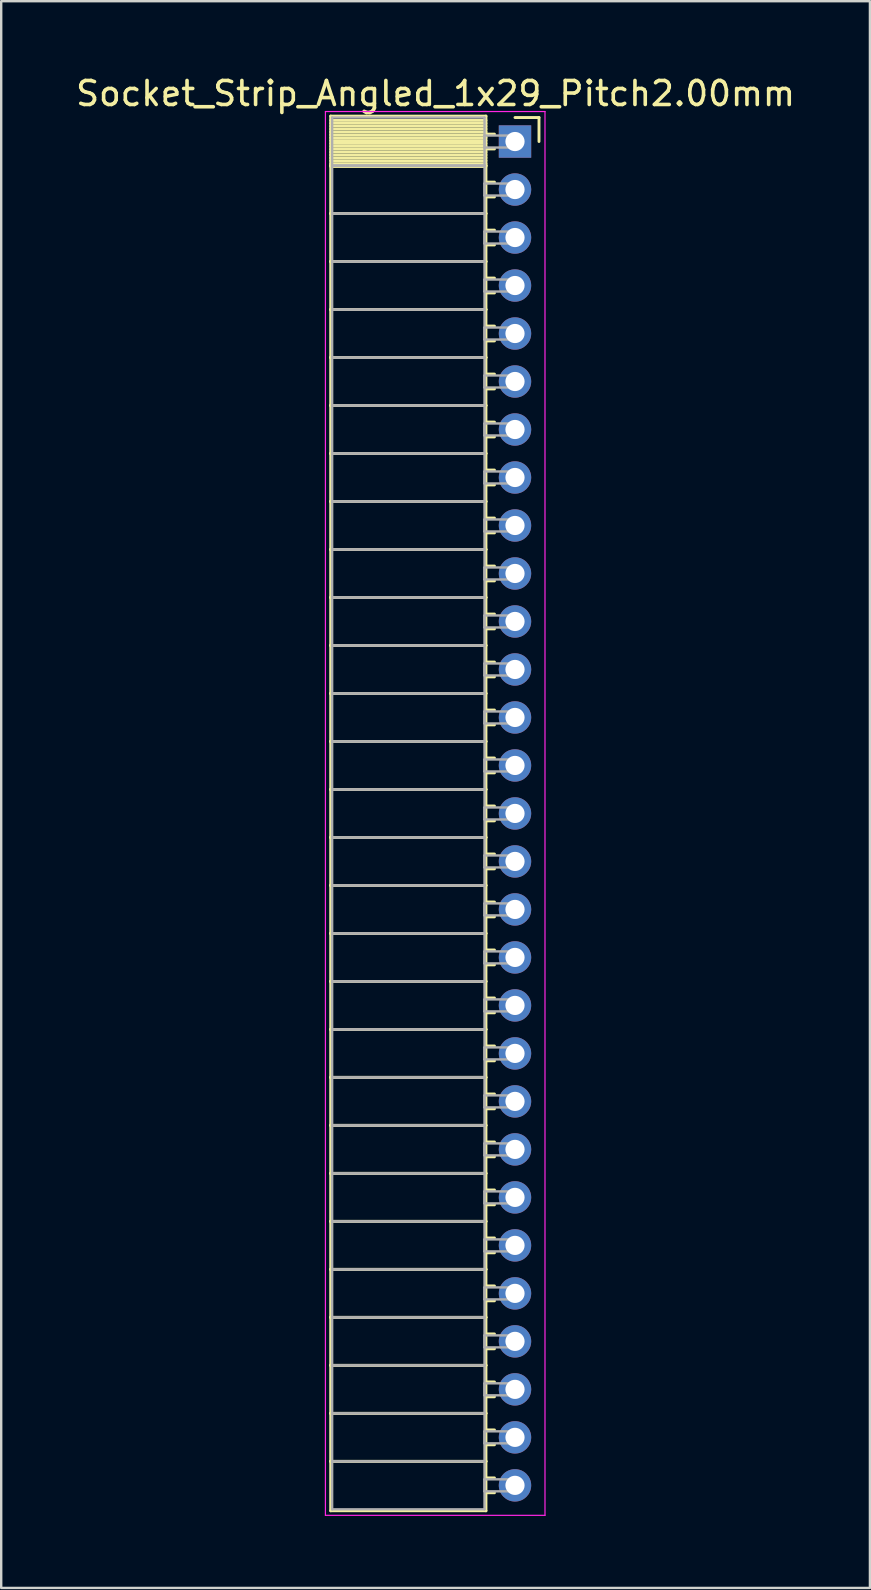
<source format=kicad_pcb>
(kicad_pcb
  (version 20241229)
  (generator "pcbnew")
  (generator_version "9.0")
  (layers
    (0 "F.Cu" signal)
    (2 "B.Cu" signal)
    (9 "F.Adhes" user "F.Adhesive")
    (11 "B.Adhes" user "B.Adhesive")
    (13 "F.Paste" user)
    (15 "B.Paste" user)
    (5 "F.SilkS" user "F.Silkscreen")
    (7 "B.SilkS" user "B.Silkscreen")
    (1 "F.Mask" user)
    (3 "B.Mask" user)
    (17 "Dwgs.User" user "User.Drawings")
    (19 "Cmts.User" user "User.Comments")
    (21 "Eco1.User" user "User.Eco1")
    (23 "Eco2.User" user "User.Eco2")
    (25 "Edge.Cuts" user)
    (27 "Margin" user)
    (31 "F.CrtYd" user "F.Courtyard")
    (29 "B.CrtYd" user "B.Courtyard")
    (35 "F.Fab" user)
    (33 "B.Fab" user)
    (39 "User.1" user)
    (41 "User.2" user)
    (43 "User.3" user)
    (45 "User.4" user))
  (footprint "Socket_Strip_Angled_1x29_Pitch2.00mm"
    (layer "F.Cu")
    (at 18.411 2.848)
    (property "Reference" "Socket_Strip_Angled_1x29_Pitch2.00mm" (at -3.31 -2 0) (layer "F.SilkS") (effects (font (size 1 1) (thickness 0.15))))
    (attr through_hole)
    (fp_line (start -7.68 -1.06) (end -1.21 -1.06) (stroke (width 0.12) (type solid)) (layer "F.SilkS"))
    (fp_line (start -7.68 1) (end -7.68 -1.06) (stroke (width 0.12) (type solid)) (layer "F.SilkS"))
    (fp_line (start -7.68 1) (end -1.21 1) (stroke (width 0.12) (type solid)) (layer "F.SilkS"))
    (fp_line (start -7.68 3) (end -7.68 1) (stroke (width 0.12) (type solid)) (layer "F.SilkS"))
    (fp_line (start -7.68 3) (end -1.21 3) (stroke (width 0.12) (type solid)) (layer "F.SilkS"))
    (fp_line (start -7.68 5) (end -7.68 3) (stroke (width 0.12) (type solid)) (layer "F.SilkS"))
    (fp_line (start -7.68 5) (end -1.21 5) (stroke (width 0.12) (type solid)) (layer "F.SilkS"))
    (fp_line (start -7.68 7) (end -7.68 5) (stroke (width 0.12) (type solid)) (layer "F.SilkS"))
    (fp_line (start -7.68 7) (end -1.21 7) (stroke (width 0.12) (type solid)) (layer "F.SilkS"))
    (fp_line (start -7.68 9) (end -7.68 7) (stroke (width 0.12) (type solid)) (layer "F.SilkS"))
    (fp_line (start -7.68 9) (end -1.21 9) (stroke (width 0.12) (type solid)) (layer "F.SilkS"))
    (fp_line (start -7.68 11) (end -7.68 9) (stroke (width 0.12) (type solid)) (layer "F.SilkS"))
    (fp_line (start -7.68 11) (end -1.21 11) (stroke (width 0.12) (type solid)) (layer "F.SilkS"))
    (fp_line (start -7.68 13) (end -7.68 11) (stroke (width 0.12) (type solid)) (layer "F.SilkS"))
    (fp_line (start -7.68 13) (end -1.21 13) (stroke (width 0.12) (type solid)) (layer "F.SilkS"))
    (fp_line (start -7.68 15) (end -7.68 13) (stroke (width 0.12) (type solid)) (layer "F.SilkS"))
    (fp_line (start -7.68 15) (end -1.21 15) (stroke (width 0.12) (type solid)) (layer "F.SilkS"))
    (fp_line (start -7.68 17) (end -7.68 15) (stroke (width 0.12) (type solid)) (layer "F.SilkS"))
    (fp_line (start -7.68 17) (end -1.21 17) (stroke (width 0.12) (type solid)) (layer "F.SilkS"))
    (fp_line (start -7.68 19) (end -7.68 17) (stroke (width 0.12) (type solid)) (layer "F.SilkS"))
    (fp_line (start -7.68 19) (end -1.21 19) (stroke (width 0.12) (type solid)) (layer "F.SilkS"))
    (fp_line (start -7.68 21) (end -7.68 19) (stroke (width 0.12) (type solid)) (layer "F.SilkS"))
    (fp_line (start -7.68 21) (end -1.21 21) (stroke (width 0.12) (type solid)) (layer "F.SilkS"))
    (fp_line (start -7.68 23) (end -7.68 21) (stroke (width 0.12) (type solid)) (layer "F.SilkS"))
    (fp_line (start -7.68 23) (end -1.21 23) (stroke (width 0.12) (type solid)) (layer "F.SilkS"))
    (fp_line (start -7.68 25) (end -7.68 23) (stroke (width 0.12) (type solid)) (layer "F.SilkS"))
    (fp_line (start -7.68 25) (end -1.21 25) (stroke (width 0.12) (type solid)) (layer "F.SilkS"))
    (fp_line (start -7.68 27) (end -7.68 25) (stroke (width 0.12) (type solid)) (layer "F.SilkS"))
    (fp_line (start -7.68 27) (end -1.21 27) (stroke (width 0.12) (type solid)) (layer "F.SilkS"))
    (fp_line (start -7.68 29) (end -7.68 27) (stroke (width 0.12) (type solid)) (layer "F.SilkS"))
    (fp_line (start -7.68 29) (end -1.21 29) (stroke (width 0.12) (type solid)) (layer "F.SilkS"))
    (fp_line (start -7.68 31) (end -7.68 29) (stroke (width 0.12) (type solid)) (layer "F.SilkS"))
    (fp_line (start -7.68 31) (end -1.21 31) (stroke (width 0.12) (type solid)) (layer "F.SilkS"))
    (fp_line (start -7.68 33) (end -7.68 31) (stroke (width 0.12) (type solid)) (layer "F.SilkS"))
    (fp_line (start -7.68 33) (end -1.21 33) (stroke (width 0.12) (type solid)) (layer "F.SilkS"))
    (fp_line (start -7.68 35) (end -7.68 33) (stroke (width 0.12) (type solid)) (layer "F.SilkS"))
    (fp_line (start -7.68 35) (end -1.21 35) (stroke (width 0.12) (type solid)) (layer "F.SilkS"))
    (fp_line (start -7.68 37) (end -7.68 35) (stroke (width 0.12) (type solid)) (layer "F.SilkS"))
    (fp_line (start -7.68 37) (end -1.21 37) (stroke (width 0.12) (type solid)) (layer "F.SilkS"))
    (fp_line (start -7.68 39) (end -7.68 37) (stroke (width 0.12) (type solid)) (layer "F.SilkS"))
    (fp_line (start -7.68 39) (end -1.21 39) (stroke (width 0.12) (type solid)) (layer "F.SilkS"))
    (fp_line (start -7.68 41) (end -7.68 39) (stroke (width 0.12) (type solid)) (layer "F.SilkS"))
    (fp_line (start -7.68 41) (end -1.21 41) (stroke (width 0.12) (type solid)) (layer "F.SilkS"))
    (fp_line (start -7.68 43) (end -7.68 41) (stroke (width 0.12) (type solid)) (layer "F.SilkS"))
    (fp_line (start -7.68 43) (end -1.21 43) (stroke (width 0.12) (type solid)) (layer "F.SilkS"))
    (fp_line (start -7.68 45) (end -7.68 43) (stroke (width 0.12) (type solid)) (layer "F.SilkS"))
    (fp_line (start -7.68 45) (end -1.21 45) (stroke (width 0.12) (type solid)) (layer "F.SilkS"))
    (fp_line (start -7.68 47) (end -7.68 45) (stroke (width 0.12) (type solid)) (layer "F.SilkS"))
    (fp_line (start -7.68 47) (end -1.21 47) (stroke (width 0.12) (type solid)) (layer "F.SilkS"))
    (fp_line (start -7.68 49) (end -7.68 47) (stroke (width 0.12) (type solid)) (layer "F.SilkS"))
    (fp_line (start -7.68 49) (end -1.21 49) (stroke (width 0.12) (type solid)) (layer "F.SilkS"))
    (fp_line (start -7.68 51) (end -7.68 49) (stroke (width 0.12) (type solid)) (layer "F.SilkS"))
    (fp_line (start -7.68 51) (end -1.21 51) (stroke (width 0.12) (type solid)) (layer "F.SilkS"))
    (fp_line (start -7.68 53) (end -7.68 51) (stroke (width 0.12) (type solid)) (layer "F.SilkS"))
    (fp_line (start -7.68 53) (end -1.21 53) (stroke (width 0.12) (type solid)) (layer "F.SilkS"))
    (fp_line (start -7.68 55) (end -7.68 53) (stroke (width 0.12) (type solid)) (layer "F.SilkS"))
    (fp_line (start -7.68 55) (end -1.21 55) (stroke (width 0.12) (type solid)) (layer "F.SilkS"))
    (fp_line (start -7.68 57.06) (end -7.68 55) (stroke (width 0.12) (type solid)) (layer "F.SilkS"))
    (fp_line (start -1.21 -1.06) (end -1.21 1) (stroke (width 0.12) (type solid)) (layer "F.SilkS"))
    (fp_line (start -1.21 -0.88) (end -7.68 -0.88) (stroke (width 0.12) (type solid)) (layer "F.SilkS"))
    (fp_line (start -1.21 -0.76) (end -7.68 -0.76) (stroke (width 0.12) (type solid)) (layer "F.SilkS"))
    (fp_line (start -1.21 -0.64) (end -7.68 -0.64) (stroke (width 0.12) (type solid)) (layer "F.SilkS"))
    (fp_line (start -1.21 -0.52) (end -7.68 -0.52) (stroke (width 0.12) (type solid)) (layer "F.SilkS"))
    (fp_line (start -1.21 -0.4) (end -7.68 -0.4) (stroke (width 0.12) (type solid)) (layer "F.SilkS"))
    (fp_line (start -1.21 -0.28) (end -7.68 -0.28) (stroke (width 0.12) (type solid)) (layer "F.SilkS"))
    (fp_line (start -1.21 -0.16) (end -7.68 -0.16) (stroke (width 0.12) (type solid)) (layer "F.SilkS"))
    (fp_line (start -1.21 -0.04) (end -7.68 -0.04) (stroke (width 0.12) (type solid)) (layer "F.SilkS"))
    (fp_line (start -1.21 0.08) (end -7.68 0.08) (stroke (width 0.12) (type solid)) (layer "F.SilkS"))
    (fp_line (start -1.21 0.2) (end -7.68 0.2) (stroke (width 0.12) (type solid)) (layer "F.SilkS"))
    (fp_line (start -1.21 0.32) (end -7.68 0.32) (stroke (width 0.12) (type solid)) (layer "F.SilkS"))
    (fp_line (start -1.21 0.44) (end -7.68 0.44) (stroke (width 0.12) (type solid)) (layer "F.SilkS"))
    (fp_line (start -1.21 0.56) (end -7.68 0.56) (stroke (width 0.12) (type solid)) (layer "F.SilkS"))
    (fp_line (start -1.21 0.68) (end -7.68 0.68) (stroke (width 0.12) (type solid)) (layer "F.SilkS"))
    (fp_line (start -1.21 0.8) (end -7.68 0.8) (stroke (width 0.12) (type solid)) (layer "F.SilkS"))
    (fp_line (start -1.21 0.92) (end -7.68 0.92) (stroke (width 0.12) (type solid)) (layer "F.SilkS"))
    (fp_line (start -1.21 1) (end -7.68 1) (stroke (width 0.12) (type solid)) (layer "F.SilkS"))
    (fp_line (start -1.21 1) (end -1.21 3) (stroke (width 0.12) (type solid)) (layer "F.SilkS"))
    (fp_line (start -1.21 1.04) (end -7.68 1.04) (stroke (width 0.12) (type solid)) (layer "F.SilkS"))
    (fp_line (start -1.21 3) (end -7.68 3) (stroke (width 0.12) (type solid)) (layer "F.SilkS"))
    (fp_line (start -1.21 3) (end -1.21 5) (stroke (width 0.12) (type solid)) (layer "F.SilkS"))
    (fp_line (start -1.21 5) (end -7.68 5) (stroke (width 0.12) (type solid)) (layer "F.SilkS"))
    (fp_line (start -1.21 5) (end -1.21 7) (stroke (width 0.12) (type solid)) (layer "F.SilkS"))
    (fp_line (start -1.21 7) (end -7.68 7) (stroke (width 0.12) (type solid)) (layer "F.SilkS"))
    (fp_line (start -1.21 7) (end -1.21 9) (stroke (width 0.12) (type solid)) (layer "F.SilkS"))
    (fp_line (start -1.21 9) (end -7.68 9) (stroke (width 0.12) (type solid)) (layer "F.SilkS"))
    (fp_line (start -1.21 9) (end -1.21 11) (stroke (width 0.12) (type solid)) (layer "F.SilkS"))
    (fp_line (start -1.21 11) (end -7.68 11) (stroke (width 0.12) (type solid)) (layer "F.SilkS"))
    (fp_line (start -1.21 11) (end -1.21 13) (stroke (width 0.12) (type solid)) (layer "F.SilkS"))
    (fp_line (start -1.21 13) (end -7.68 13) (stroke (width 0.12) (type solid)) (layer "F.SilkS"))
    (fp_line (start -1.21 13) (end -1.21 15) (stroke (width 0.12) (type solid)) (layer "F.SilkS"))
    (fp_line (start -1.21 15) (end -7.68 15) (stroke (width 0.12) (type solid)) (layer "F.SilkS"))
    (fp_line (start -1.21 15) (end -1.21 17) (stroke (width 0.12) (type solid)) (layer "F.SilkS"))
    (fp_line (start -1.21 17) (end -7.68 17) (stroke (width 0.12) (type solid)) (layer "F.SilkS"))
    (fp_line (start -1.21 17) (end -1.21 19) (stroke (width 0.12) (type solid)) (layer "F.SilkS"))
    (fp_line (start -1.21 19) (end -7.68 19) (stroke (width 0.12) (type solid)) (layer "F.SilkS"))
    (fp_line (start -1.21 19) (end -1.21 21) (stroke (width 0.12) (type solid)) (layer "F.SilkS"))
    (fp_line (start -1.21 21) (end -7.68 21) (stroke (width 0.12) (type solid)) (layer "F.SilkS"))
    (fp_line (start -1.21 21) (end -1.21 23) (stroke (width 0.12) (type solid)) (layer "F.SilkS"))
    (fp_line (start -1.21 23) (end -7.68 23) (stroke (width 0.12) (type solid)) (layer "F.SilkS"))
    (fp_line (start -1.21 23) (end -1.21 25) (stroke (width 0.12) (type solid)) (layer "F.SilkS"))
    (fp_line (start -1.21 25) (end -7.68 25) (stroke (width 0.12) (type solid)) (layer "F.SilkS"))
    (fp_line (start -1.21 25) (end -1.21 27) (stroke (width 0.12) (type solid)) (layer "F.SilkS"))
    (fp_line (start -1.21 27) (end -7.68 27) (stroke (width 0.12) (type solid)) (layer "F.SilkS"))
    (fp_line (start -1.21 27) (end -1.21 29) (stroke (width 0.12) (type solid)) (layer "F.SilkS"))
    (fp_line (start -1.21 29) (end -7.68 29) (stroke (width 0.12) (type solid)) (layer "F.SilkS"))
    (fp_line (start -1.21 29) (end -1.21 31) (stroke (width 0.12) (type solid)) (layer "F.SilkS"))
    (fp_line (start -1.21 31) (end -7.68 31) (stroke (width 0.12) (type solid)) (layer "F.SilkS"))
    (fp_line (start -1.21 31) (end -1.21 33) (stroke (width 0.12) (type solid)) (layer "F.SilkS"))
    (fp_line (start -1.21 33) (end -7.68 33) (stroke (width 0.12) (type solid)) (layer "F.SilkS"))
    (fp_line (start -1.21 33) (end -1.21 35) (stroke (width 0.12) (type solid)) (layer "F.SilkS"))
    (fp_line (start -1.21 35) (end -7.68 35) (stroke (width 0.12) (type solid)) (layer "F.SilkS"))
    (fp_line (start -1.21 35) (end -1.21 37) (stroke (width 0.12) (type solid)) (layer "F.SilkS"))
    (fp_line (start -1.21 37) (end -7.68 37) (stroke (width 0.12) (type solid)) (layer "F.SilkS"))
    (fp_line (start -1.21 37) (end -1.21 39) (stroke (width 0.12) (type solid)) (layer "F.SilkS"))
    (fp_line (start -1.21 39) (end -7.68 39) (stroke (width 0.12) (type solid)) (layer "F.SilkS"))
    (fp_line (start -1.21 39) (end -1.21 41) (stroke (width 0.12) (type solid)) (layer "F.SilkS"))
    (fp_line (start -1.21 41) (end -7.68 41) (stroke (width 0.12) (type solid)) (layer "F.SilkS"))
    (fp_line (start -1.21 41) (end -1.21 43) (stroke (width 0.12) (type solid)) (layer "F.SilkS"))
    (fp_line (start -1.21 43) (end -7.68 43) (stroke (width 0.12) (type solid)) (layer "F.SilkS"))
    (fp_line (start -1.21 43) (end -1.21 45) (stroke (width 0.12) (type solid)) (layer "F.SilkS"))
    (fp_line (start -1.21 45) (end -7.68 45) (stroke (width 0.12) (type solid)) (layer "F.SilkS"))
    (fp_line (start -1.21 45) (end -1.21 47) (stroke (width 0.12) (type solid)) (layer "F.SilkS"))
    (fp_line (start -1.21 47) (end -7.68 47) (stroke (width 0.12) (type solid)) (layer "F.SilkS"))
    (fp_line (start -1.21 47) (end -1.21 49) (stroke (width 0.12) (type solid)) (layer "F.SilkS"))
    (fp_line (start -1.21 49) (end -7.68 49) (stroke (width 0.12) (type solid)) (layer "F.SilkS"))
    (fp_line (start -1.21 49) (end -1.21 51) (stroke (width 0.12) (type solid)) (layer "F.SilkS"))
    (fp_line (start -1.21 51) (end -7.68 51) (stroke (width 0.12) (type solid)) (layer "F.SilkS"))
    (fp_line (start -1.21 51) (end -1.21 53) (stroke (width 0.12) (type solid)) (layer "F.SilkS"))
    (fp_line (start -1.21 53) (end -7.68 53) (stroke (width 0.12) (type solid)) (layer "F.SilkS"))
    (fp_line (start -1.21 53) (end -1.21 55) (stroke (width 0.12) (type solid)) (layer "F.SilkS"))
    (fp_line (start -1.21 55) (end -7.68 55) (stroke (width 0.12) (type solid)) (layer "F.SilkS"))
    (fp_line (start -1.21 55) (end -1.21 57.06) (stroke (width 0.12) (type solid)) (layer "F.SilkS"))
    (fp_line (start -1.21 57.06) (end -7.68 57.06) (stroke (width 0.12) (type solid)) (layer "F.SilkS"))
    (fp_line (start -0.855 -0.31) (end -1.21 -0.31) (stroke (width 0.12) (type solid)) (layer "F.SilkS"))
    (fp_line (start -0.855 0.31) (end -1.21 0.31) (stroke (width 0.12) (type solid)) (layer "F.SilkS"))
    (fp_line (start -0.855 1.69) (end -1.21 1.69) (stroke (width 0.12) (type solid)) (layer "F.SilkS"))
    (fp_line (start -0.855 2.31) (end -1.21 2.31) (stroke (width 0.12) (type solid)) (layer "F.SilkS"))
    (fp_line (start -0.855 3.69) (end -1.21 3.69) (stroke (width 0.12) (type solid)) (layer "F.SilkS"))
    (fp_line (start -0.855 4.31) (end -1.21 4.31) (stroke (width 0.12) (type solid)) (layer "F.SilkS"))
    (fp_line (start -0.855 5.69) (end -1.21 5.69) (stroke (width 0.12) (type solid)) (layer "F.SilkS"))
    (fp_line (start -0.855 6.31) (end -1.21 6.31) (stroke (width 0.12) (type solid)) (layer "F.SilkS"))
    (fp_line (start -0.855 7.69) (end -1.21 7.69) (stroke (width 0.12) (type solid)) (layer "F.SilkS"))
    (fp_line (start -0.855 8.31) (end -1.21 8.31) (stroke (width 0.12) (type solid)) (layer "F.SilkS"))
    (fp_line (start -0.855 9.69) (end -1.21 9.69) (stroke (width 0.12) (type solid)) (layer "F.SilkS"))
    (fp_line (start -0.855 10.31) (end -1.21 10.31) (stroke (width 0.12) (type solid)) (layer "F.SilkS"))
    (fp_line (start -0.855 11.69) (end -1.21 11.69) (stroke (width 0.12) (type solid)) (layer "F.SilkS"))
    (fp_line (start -0.855 12.31) (end -1.21 12.31) (stroke (width 0.12) (type solid)) (layer "F.SilkS"))
    (fp_line (start -0.855 13.69) (end -1.21 13.69) (stroke (width 0.12) (type solid)) (layer "F.SilkS"))
    (fp_line (start -0.855 14.31) (end -1.21 14.31) (stroke (width 0.12) (type solid)) (layer "F.SilkS"))
    (fp_line (start -0.855 15.69) (end -1.21 15.69) (stroke (width 0.12) (type solid)) (layer "F.SilkS"))
    (fp_line (start -0.855 16.31) (end -1.21 16.31) (stroke (width 0.12) (type solid)) (layer "F.SilkS"))
    (fp_line (start -0.855 17.69) (end -1.21 17.69) (stroke (width 0.12) (type solid)) (layer "F.SilkS"))
    (fp_line (start -0.855 18.31) (end -1.21 18.31) (stroke (width 0.12) (type solid)) (layer "F.SilkS"))
    (fp_line (start -0.855 19.69) (end -1.21 19.69) (stroke (width 0.12) (type solid)) (layer "F.SilkS"))
    (fp_line (start -0.855 20.31) (end -1.21 20.31) (stroke (width 0.12) (type solid)) (layer "F.SilkS"))
    (fp_line (start -0.855 21.69) (end -1.21 21.69) (stroke (width 0.12) (type solid)) (layer "F.SilkS"))
    (fp_line (start -0.855 22.31) (end -1.21 22.31) (stroke (width 0.12) (type solid)) (layer "F.SilkS"))
    (fp_line (start -0.855 23.69) (end -1.21 23.69) (stroke (width 0.12) (type solid)) (layer "F.SilkS"))
    (fp_line (start -0.855 24.31) (end -1.21 24.31) (stroke (width 0.12) (type solid)) (layer "F.SilkS"))
    (fp_line (start -0.855 25.69) (end -1.21 25.69) (stroke (width 0.12) (type solid)) (layer "F.SilkS"))
    (fp_line (start -0.855 26.31) (end -1.21 26.31) (stroke (width 0.12) (type solid)) (layer "F.SilkS"))
    (fp_line (start -0.855 27.69) (end -1.21 27.69) (stroke (width 0.12) (type solid)) (layer "F.SilkS"))
    (fp_line (start -0.855 28.31) (end -1.21 28.31) (stroke (width 0.12) (type solid)) (layer "F.SilkS"))
    (fp_line (start -0.855 29.69) (end -1.21 29.69) (stroke (width 0.12) (type solid)) (layer "F.SilkS"))
    (fp_line (start -0.855 30.31) (end -1.21 30.31) (stroke (width 0.12) (type solid)) (layer "F.SilkS"))
    (fp_line (start -0.855 31.69) (end -1.21 31.69) (stroke (width 0.12) (type solid)) (layer "F.SilkS"))
    (fp_line (start -0.855 32.31) (end -1.21 32.31) (stroke (width 0.12) (type solid)) (layer "F.SilkS"))
    (fp_line (start -0.855 33.69) (end -1.21 33.69) (stroke (width 0.12) (type solid)) (layer "F.SilkS"))
    (fp_line (start -0.855 34.31) (end -1.21 34.31) (stroke (width 0.12) (type solid)) (layer "F.SilkS"))
    (fp_line (start -0.855 35.69) (end -1.21 35.69) (stroke (width 0.12) (type solid)) (layer "F.SilkS"))
    (fp_line (start -0.855 36.31) (end -1.21 36.31) (stroke (width 0.12) (type solid)) (layer "F.SilkS"))
    (fp_line (start -0.855 37.69) (end -1.21 37.69) (stroke (width 0.12) (type solid)) (layer "F.SilkS"))
    (fp_line (start -0.855 38.31) (end -1.21 38.31) (stroke (width 0.12) (type solid)) (layer "F.SilkS"))
    (fp_line (start -0.855 39.69) (end -1.21 39.69) (stroke (width 0.12) (type solid)) (layer "F.SilkS"))
    (fp_line (start -0.855 40.31) (end -1.21 40.31) (stroke (width 0.12) (type solid)) (layer "F.SilkS"))
    (fp_line (start -0.855 41.69) (end -1.21 41.69) (stroke (width 0.12) (type solid)) (layer "F.SilkS"))
    (fp_line (start -0.855 42.31) (end -1.21 42.31) (stroke (width 0.12) (type solid)) (layer "F.SilkS"))
    (fp_line (start -0.855 43.69) (end -1.21 43.69) (stroke (width 0.12) (type solid)) (layer "F.SilkS"))
    (fp_line (start -0.855 44.31) (end -1.21 44.31) (stroke (width 0.12) (type solid)) (layer "F.SilkS"))
    (fp_line (start -0.855 45.69) (end -1.21 45.69) (stroke (width 0.12) (type solid)) (layer "F.SilkS"))
    (fp_line (start -0.855 46.31) (end -1.21 46.31) (stroke (width 0.12) (type solid)) (layer "F.SilkS"))
    (fp_line (start -0.855 47.69) (end -1.21 47.69) (stroke (width 0.12) (type solid)) (layer "F.SilkS"))
    (fp_line (start -0.855 48.31) (end -1.21 48.31) (stroke (width 0.12) (type solid)) (layer "F.SilkS"))
    (fp_line (start -0.855 49.69) (end -1.21 49.69) (stroke (width 0.12) (type solid)) (layer "F.SilkS"))
    (fp_line (start -0.855 50.31) (end -1.21 50.31) (stroke (width 0.12) (type solid)) (layer "F.SilkS"))
    (fp_line (start -0.855 51.69) (end -1.21 51.69) (stroke (width 0.12) (type solid)) (layer "F.SilkS"))
    (fp_line (start -0.855 52.31) (end -1.21 52.31) (stroke (width 0.12) (type solid)) (layer "F.SilkS"))
    (fp_line (start -0.855 53.69) (end -1.21 53.69) (stroke (width 0.12) (type solid)) (layer "F.SilkS"))
    (fp_line (start -0.855 54.31) (end -1.21 54.31) (stroke (width 0.12) (type solid)) (layer "F.SilkS"))
    (fp_line (start -0.855 55.69) (end -1.21 55.69) (stroke (width 0.12) (type solid)) (layer "F.SilkS"))
    (fp_line (start -0.855 56.31) (end -1.21 56.31) (stroke (width 0.12) (type solid)) (layer "F.SilkS"))
    (fp_line (start 0 -1) (end 1 -1) (stroke (width 0.12) (type solid)) (layer "F.SilkS"))
    (fp_line (start 1 -1) (end 1 0) (stroke (width 0.12) (type solid)) (layer "F.SilkS"))
    (fp_line (start -7.9 -1.25) (end 1.25 -1.25) (stroke (width 0.05) (type solid)) (layer "F.CrtYd"))
    (fp_line (start -7.9 57.25) (end -7.9 -1.25) (stroke (width 0.05) (type solid)) (layer "F.CrtYd"))
    (fp_line (start 1.25 -1.25) (end 1.25 57.25) (stroke (width 0.05) (type solid)) (layer "F.CrtYd"))
    (fp_line (start 1.25 57.25) (end -7.9 57.25) (stroke (width 0.05) (type solid)) (layer "F.CrtYd"))
    (fp_line (start -7.62 -1) (end -1.27 -1) (stroke (width 0.1) (type solid)) (layer "F.Fab"))
    (fp_line (start -7.62 1) (end -7.62 -1) (stroke (width 0.1) (type solid)) (layer "F.Fab"))
    (fp_line (start -7.62 1) (end -1.27 1) (stroke (width 0.1) (type solid)) (layer "F.Fab"))
    (fp_line (start -7.62 3) (end -7.62 1) (stroke (width 0.1) (type solid)) (layer "F.Fab"))
    (fp_line (start -7.62 3) (end -1.27 3) (stroke (width 0.1) (type solid)) (layer "F.Fab"))
    (fp_line (start -7.62 5) (end -7.62 3) (stroke (width 0.1) (type solid)) (layer "F.Fab"))
    (fp_line (start -7.62 5) (end -1.27 5) (stroke (width 0.1) (type solid)) (layer "F.Fab"))
    (fp_line (start -7.62 7) (end -7.62 5) (stroke (width 0.1) (type solid)) (layer "F.Fab"))
    (fp_line (start -7.62 7) (end -1.27 7) (stroke (width 0.1) (type solid)) (layer "F.Fab"))
    (fp_line (start -7.62 9) (end -7.62 7) (stroke (width 0.1) (type solid)) (layer "F.Fab"))
    (fp_line (start -7.62 9) (end -1.27 9) (stroke (width 0.1) (type solid)) (layer "F.Fab"))
    (fp_line (start -7.62 11) (end -7.62 9) (stroke (width 0.1) (type solid)) (layer "F.Fab"))
    (fp_line (start -7.62 11) (end -1.27 11) (stroke (width 0.1) (type solid)) (layer "F.Fab"))
    (fp_line (start -7.62 13) (end -7.62 11) (stroke (width 0.1) (type solid)) (layer "F.Fab"))
    (fp_line (start -7.62 13) (end -1.27 13) (stroke (width 0.1) (type solid)) (layer "F.Fab"))
    (fp_line (start -7.62 15) (end -7.62 13) (stroke (width 0.1) (type solid)) (layer "F.Fab"))
    (fp_line (start -7.62 15) (end -1.27 15) (stroke (width 0.1) (type solid)) (layer "F.Fab"))
    (fp_line (start -7.62 17) (end -7.62 15) (stroke (width 0.1) (type solid)) (layer "F.Fab"))
    (fp_line (start -7.62 17) (end -1.27 17) (stroke (width 0.1) (type solid)) (layer "F.Fab"))
    (fp_line (start -7.62 19) (end -7.62 17) (stroke (width 0.1) (type solid)) (layer "F.Fab"))
    (fp_line (start -7.62 19) (end -1.27 19) (stroke (width 0.1) (type solid)) (layer "F.Fab"))
    (fp_line (start -7.62 21) (end -7.62 19) (stroke (width 0.1) (type solid)) (layer "F.Fab"))
    (fp_line (start -7.62 21) (end -1.27 21) (stroke (width 0.1) (type solid)) (layer "F.Fab"))
    (fp_line (start -7.62 23) (end -7.62 21) (stroke (width 0.1) (type solid)) (layer "F.Fab"))
    (fp_line (start -7.62 23) (end -1.27 23) (stroke (width 0.1) (type solid)) (layer "F.Fab"))
    (fp_line (start -7.62 25) (end -7.62 23) (stroke (width 0.1) (type solid)) (layer "F.Fab"))
    (fp_line (start -7.62 25) (end -1.27 25) (stroke (width 0.1) (type solid)) (layer "F.Fab"))
    (fp_line (start -7.62 27) (end -7.62 25) (stroke (width 0.1) (type solid)) (layer "F.Fab"))
    (fp_line (start -7.62 27) (end -1.27 27) (stroke (width 0.1) (type solid)) (layer "F.Fab"))
    (fp_line (start -7.62 29) (end -7.62 27) (stroke (width 0.1) (type solid)) (layer "F.Fab"))
    (fp_line (start -7.62 29) (end -1.27 29) (stroke (width 0.1) (type solid)) (layer "F.Fab"))
    (fp_line (start -7.62 31) (end -7.62 29) (stroke (width 0.1) (type solid)) (layer "F.Fab"))
    (fp_line (start -7.62 31) (end -1.27 31) (stroke (width 0.1) (type solid)) (layer "F.Fab"))
    (fp_line (start -7.62 33) (end -7.62 31) (stroke (width 0.1) (type solid)) (layer "F.Fab"))
    (fp_line (start -7.62 33) (end -1.27 33) (stroke (width 0.1) (type solid)) (layer "F.Fab"))
    (fp_line (start -7.62 35) (end -7.62 33) (stroke (width 0.1) (type solid)) (layer "F.Fab"))
    (fp_line (start -7.62 35) (end -1.27 35) (stroke (width 0.1) (type solid)) (layer "F.Fab"))
    (fp_line (start -7.62 37) (end -7.62 35) (stroke (width 0.1) (type solid)) (layer "F.Fab"))
    (fp_line (start -7.62 37) (end -1.27 37) (stroke (width 0.1) (type solid)) (layer "F.Fab"))
    (fp_line (start -7.62 39) (end -7.62 37) (stroke (width 0.1) (type solid)) (layer "F.Fab"))
    (fp_line (start -7.62 39) (end -1.27 39) (stroke (width 0.1) (type solid)) (layer "F.Fab"))
    (fp_line (start -7.62 41) (end -7.62 39) (stroke (width 0.1) (type solid)) (layer "F.Fab"))
    (fp_line (start -7.62 41) (end -1.27 41) (stroke (width 0.1) (type solid)) (layer "F.Fab"))
    (fp_line (start -7.62 43) (end -7.62 41) (stroke (width 0.1) (type solid)) (layer "F.Fab"))
    (fp_line (start -7.62 43) (end -1.27 43) (stroke (width 0.1) (type solid)) (layer "F.Fab"))
    (fp_line (start -7.62 45) (end -7.62 43) (stroke (width 0.1) (type solid)) (layer "F.Fab"))
    (fp_line (start -7.62 45) (end -1.27 45) (stroke (width 0.1) (type solid)) (layer "F.Fab"))
    (fp_line (start -7.62 47) (end -7.62 45) (stroke (width 0.1) (type solid)) (layer "F.Fab"))
    (fp_line (start -7.62 47) (end -1.27 47) (stroke (width 0.1) (type solid)) (layer "F.Fab"))
    (fp_line (start -7.62 49) (end -7.62 47) (stroke (width 0.1) (type solid)) (layer "F.Fab"))
    (fp_line (start -7.62 49) (end -1.27 49) (stroke (width 0.1) (type solid)) (layer "F.Fab"))
    (fp_line (start -7.62 51) (end -7.62 49) (stroke (width 0.1) (type solid)) (layer "F.Fab"))
    (fp_line (start -7.62 51) (end -1.27 51) (stroke (width 0.1) (type solid)) (layer "F.Fab"))
    (fp_line (start -7.62 53) (end -7.62 51) (stroke (width 0.1) (type solid)) (layer "F.Fab"))
    (fp_line (start -7.62 53) (end -1.27 53) (stroke (width 0.1) (type solid)) (layer "F.Fab"))
    (fp_line (start -7.62 55) (end -7.62 53) (stroke (width 0.1) (type solid)) (layer "F.Fab"))
    (fp_line (start -7.62 55) (end -1.27 55) (stroke (width 0.1) (type solid)) (layer "F.Fab"))
    (fp_line (start -7.62 57) (end -7.62 55) (stroke (width 0.1) (type solid)) (layer "F.Fab"))
    (fp_line (start -1.27 -1) (end -1.27 1) (stroke (width 0.1) (type solid)) (layer "F.Fab"))
    (fp_line (start -1.27 -0.25) (end 0 -0.25) (stroke (width 0.1) (type solid)) (layer "F.Fab"))
    (fp_line (start -1.27 0.25) (end -1.27 -0.25) (stroke (width 0.1) (type solid)) (layer "F.Fab"))
    (fp_line (start -1.27 1) (end -7.62 1) (stroke (width 0.1) (type solid)) (layer "F.Fab"))
    (fp_line (start -1.27 1) (end -1.27 3) (stroke (width 0.1) (type solid)) (layer "F.Fab"))
    (fp_line (start -1.27 1.75) (end 0 1.75) (stroke (width 0.1) (type solid)) (layer "F.Fab"))
    (fp_line (start -1.27 2.25) (end -1.27 1.75) (stroke (width 0.1) (type solid)) (layer "F.Fab"))
    (fp_line (start -1.27 3) (end -7.62 3) (stroke (width 0.1) (type solid)) (layer "F.Fab"))
    (fp_line (start -1.27 3) (end -1.27 5) (stroke (width 0.1) (type solid)) (layer "F.Fab"))
    (fp_line (start -1.27 3.75) (end 0 3.75) (stroke (width 0.1) (type solid)) (layer "F.Fab"))
    (fp_line (start -1.27 4.25) (end -1.27 3.75) (stroke (width 0.1) (type solid)) (layer "F.Fab"))
    (fp_line (start -1.27 5) (end -7.62 5) (stroke (width 0.1) (type solid)) (layer "F.Fab"))
    (fp_line (start -1.27 5) (end -1.27 7) (stroke (width 0.1) (type solid)) (layer "F.Fab"))
    (fp_line (start -1.27 5.75) (end 0 5.75) (stroke (width 0.1) (type solid)) (layer "F.Fab"))
    (fp_line (start -1.27 6.25) (end -1.27 5.75) (stroke (width 0.1) (type solid)) (layer "F.Fab"))
    (fp_line (start -1.27 7) (end -7.62 7) (stroke (width 0.1) (type solid)) (layer "F.Fab"))
    (fp_line (start -1.27 7) (end -1.27 9) (stroke (width 0.1) (type solid)) (layer "F.Fab"))
    (fp_line (start -1.27 7.75) (end 0 7.75) (stroke (width 0.1) (type solid)) (layer "F.Fab"))
    (fp_line (start -1.27 8.25) (end -1.27 7.75) (stroke (width 0.1) (type solid)) (layer "F.Fab"))
    (fp_line (start -1.27 9) (end -7.62 9) (stroke (width 0.1) (type solid)) (layer "F.Fab"))
    (fp_line (start -1.27 9) (end -1.27 11) (stroke (width 0.1) (type solid)) (layer "F.Fab"))
    (fp_line (start -1.27 9.75) (end 0 9.75) (stroke (width 0.1) (type solid)) (layer "F.Fab"))
    (fp_line (start -1.27 10.25) (end -1.27 9.75) (stroke (width 0.1) (type solid)) (layer "F.Fab"))
    (fp_line (start -1.27 11) (end -7.62 11) (stroke (width 0.1) (type solid)) (layer "F.Fab"))
    (fp_line (start -1.27 11) (end -1.27 13) (stroke (width 0.1) (type solid)) (layer "F.Fab"))
    (fp_line (start -1.27 11.75) (end 0 11.75) (stroke (width 0.1) (type solid)) (layer "F.Fab"))
    (fp_line (start -1.27 12.25) (end -1.27 11.75) (stroke (width 0.1) (type solid)) (layer "F.Fab"))
    (fp_line (start -1.27 13) (end -7.62 13) (stroke (width 0.1) (type solid)) (layer "F.Fab"))
    (fp_line (start -1.27 13) (end -1.27 15) (stroke (width 0.1) (type solid)) (layer "F.Fab"))
    (fp_line (start -1.27 13.75) (end 0 13.75) (stroke (width 0.1) (type solid)) (layer "F.Fab"))
    (fp_line (start -1.27 14.25) (end -1.27 13.75) (stroke (width 0.1) (type solid)) (layer "F.Fab"))
    (fp_line (start -1.27 15) (end -7.62 15) (stroke (width 0.1) (type solid)) (layer "F.Fab"))
    (fp_line (start -1.27 15) (end -1.27 17) (stroke (width 0.1) (type solid)) (layer "F.Fab"))
    (fp_line (start -1.27 15.75) (end 0 15.75) (stroke (width 0.1) (type solid)) (layer "F.Fab"))
    (fp_line (start -1.27 16.25) (end -1.27 15.75) (stroke (width 0.1) (type solid)) (layer "F.Fab"))
    (fp_line (start -1.27 17) (end -7.62 17) (stroke (width 0.1) (type solid)) (layer "F.Fab"))
    (fp_line (start -1.27 17) (end -1.27 19) (stroke (width 0.1) (type solid)) (layer "F.Fab"))
    (fp_line (start -1.27 17.75) (end 0 17.75) (stroke (width 0.1) (type solid)) (layer "F.Fab"))
    (fp_line (start -1.27 18.25) (end -1.27 17.75) (stroke (width 0.1) (type solid)) (layer "F.Fab"))
    (fp_line (start -1.27 19) (end -7.62 19) (stroke (width 0.1) (type solid)) (layer "F.Fab"))
    (fp_line (start -1.27 19) (end -1.27 21) (stroke (width 0.1) (type solid)) (layer "F.Fab"))
    (fp_line (start -1.27 19.75) (end 0 19.75) (stroke (width 0.1) (type solid)) (layer "F.Fab"))
    (fp_line (start -1.27 20.25) (end -1.27 19.75) (stroke (width 0.1) (type solid)) (layer "F.Fab"))
    (fp_line (start -1.27 21) (end -7.62 21) (stroke (width 0.1) (type solid)) (layer "F.Fab"))
    (fp_line (start -1.27 21) (end -1.27 23) (stroke (width 0.1) (type solid)) (layer "F.Fab"))
    (fp_line (start -1.27 21.75) (end 0 21.75) (stroke (width 0.1) (type solid)) (layer "F.Fab"))
    (fp_line (start -1.27 22.25) (end -1.27 21.75) (stroke (width 0.1) (type solid)) (layer "F.Fab"))
    (fp_line (start -1.27 23) (end -7.62 23) (stroke (width 0.1) (type solid)) (layer "F.Fab"))
    (fp_line (start -1.27 23) (end -1.27 25) (stroke (width 0.1) (type solid)) (layer "F.Fab"))
    (fp_line (start -1.27 23.75) (end 0 23.75) (stroke (width 0.1) (type solid)) (layer "F.Fab"))
    (fp_line (start -1.27 24.25) (end -1.27 23.75) (stroke (width 0.1) (type solid)) (layer "F.Fab"))
    (fp_line (start -1.27 25) (end -7.62 25) (stroke (width 0.1) (type solid)) (layer "F.Fab"))
    (fp_line (start -1.27 25) (end -1.27 27) (stroke (width 0.1) (type solid)) (layer "F.Fab"))
    (fp_line (start -1.27 25.75) (end 0 25.75) (stroke (width 0.1) (type solid)) (layer "F.Fab"))
    (fp_line (start -1.27 26.25) (end -1.27 25.75) (stroke (width 0.1) (type solid)) (layer "F.Fab"))
    (fp_line (start -1.27 27) (end -7.62 27) (stroke (width 0.1) (type solid)) (layer "F.Fab"))
    (fp_line (start -1.27 27) (end -1.27 29) (stroke (width 0.1) (type solid)) (layer "F.Fab"))
    (fp_line (start -1.27 27.75) (end 0 27.75) (stroke (width 0.1) (type solid)) (layer "F.Fab"))
    (fp_line (start -1.27 28.25) (end -1.27 27.75) (stroke (width 0.1) (type solid)) (layer "F.Fab"))
    (fp_line (start -1.27 29) (end -7.62 29) (stroke (width 0.1) (type solid)) (layer "F.Fab"))
    (fp_line (start -1.27 29) (end -1.27 31) (stroke (width 0.1) (type solid)) (layer "F.Fab"))
    (fp_line (start -1.27 29.75) (end 0 29.75) (stroke (width 0.1) (type solid)) (layer "F.Fab"))
    (fp_line (start -1.27 30.25) (end -1.27 29.75) (stroke (width 0.1) (type solid)) (layer "F.Fab"))
    (fp_line (start -1.27 31) (end -7.62 31) (stroke (width 0.1) (type solid)) (layer "F.Fab"))
    (fp_line (start -1.27 31) (end -1.27 33) (stroke (width 0.1) (type solid)) (layer "F.Fab"))
    (fp_line (start -1.27 31.75) (end 0 31.75) (stroke (width 0.1) (type solid)) (layer "F.Fab"))
    (fp_line (start -1.27 32.25) (end -1.27 31.75) (stroke (width 0.1) (type solid)) (layer "F.Fab"))
    (fp_line (start -1.27 33) (end -7.62 33) (stroke (width 0.1) (type solid)) (layer "F.Fab"))
    (fp_line (start -1.27 33) (end -1.27 35) (stroke (width 0.1) (type solid)) (layer "F.Fab"))
    (fp_line (start -1.27 33.75) (end 0 33.75) (stroke (width 0.1) (type solid)) (layer "F.Fab"))
    (fp_line (start -1.27 34.25) (end -1.27 33.75) (stroke (width 0.1) (type solid)) (layer "F.Fab"))
    (fp_line (start -1.27 35) (end -7.62 35) (stroke (width 0.1) (type solid)) (layer "F.Fab"))
    (fp_line (start -1.27 35) (end -1.27 37) (stroke (width 0.1) (type solid)) (layer "F.Fab"))
    (fp_line (start -1.27 35.75) (end 0 35.75) (stroke (width 0.1) (type solid)) (layer "F.Fab"))
    (fp_line (start -1.27 36.25) (end -1.27 35.75) (stroke (width 0.1) (type solid)) (layer "F.Fab"))
    (fp_line (start -1.27 37) (end -7.62 37) (stroke (width 0.1) (type solid)) (layer "F.Fab"))
    (fp_line (start -1.27 37) (end -1.27 39) (stroke (width 0.1) (type solid)) (layer "F.Fab"))
    (fp_line (start -1.27 37.75) (end 0 37.75) (stroke (width 0.1) (type solid)) (layer "F.Fab"))
    (fp_line (start -1.27 38.25) (end -1.27 37.75) (stroke (width 0.1) (type solid)) (layer "F.Fab"))
    (fp_line (start -1.27 39) (end -7.62 39) (stroke (width 0.1) (type solid)) (layer "F.Fab"))
    (fp_line (start -1.27 39) (end -1.27 41) (stroke (width 0.1) (type solid)) (layer "F.Fab"))
    (fp_line (start -1.27 39.75) (end 0 39.75) (stroke (width 0.1) (type solid)) (layer "F.Fab"))
    (fp_line (start -1.27 40.25) (end -1.27 39.75) (stroke (width 0.1) (type solid)) (layer "F.Fab"))
    (fp_line (start -1.27 41) (end -7.62 41) (stroke (width 0.1) (type solid)) (layer "F.Fab"))
    (fp_line (start -1.27 41) (end -1.27 43) (stroke (width 0.1) (type solid)) (layer "F.Fab"))
    (fp_line (start -1.27 41.75) (end 0 41.75) (stroke (width 0.1) (type solid)) (layer "F.Fab"))
    (fp_line (start -1.27 42.25) (end -1.27 41.75) (stroke (width 0.1) (type solid)) (layer "F.Fab"))
    (fp_line (start -1.27 43) (end -7.62 43) (stroke (width 0.1) (type solid)) (layer "F.Fab"))
    (fp_line (start -1.27 43) (end -1.27 45) (stroke (width 0.1) (type solid)) (layer "F.Fab"))
    (fp_line (start -1.27 43.75) (end 0 43.75) (stroke (width 0.1) (type solid)) (layer "F.Fab"))
    (fp_line (start -1.27 44.25) (end -1.27 43.75) (stroke (width 0.1) (type solid)) (layer "F.Fab"))
    (fp_line (start -1.27 45) (end -7.62 45) (stroke (width 0.1) (type solid)) (layer "F.Fab"))
    (fp_line (start -1.27 45) (end -1.27 47) (stroke (width 0.1) (type solid)) (layer "F.Fab"))
    (fp_line (start -1.27 45.75) (end 0 45.75) (stroke (width 0.1) (type solid)) (layer "F.Fab"))
    (fp_line (start -1.27 46.25) (end -1.27 45.75) (stroke (width 0.1) (type solid)) (layer "F.Fab"))
    (fp_line (start -1.27 47) (end -7.62 47) (stroke (width 0.1) (type solid)) (layer "F.Fab"))
    (fp_line (start -1.27 47) (end -1.27 49) (stroke (width 0.1) (type solid)) (layer "F.Fab"))
    (fp_line (start -1.27 47.75) (end 0 47.75) (stroke (width 0.1) (type solid)) (layer "F.Fab"))
    (fp_line (start -1.27 48.25) (end -1.27 47.75) (stroke (width 0.1) (type solid)) (layer "F.Fab"))
    (fp_line (start -1.27 49) (end -7.62 49) (stroke (width 0.1) (type solid)) (layer "F.Fab"))
    (fp_line (start -1.27 49) (end -1.27 51) (stroke (width 0.1) (type solid)) (layer "F.Fab"))
    (fp_line (start -1.27 49.75) (end 0 49.75) (stroke (width 0.1) (type solid)) (layer "F.Fab"))
    (fp_line (start -1.27 50.25) (end -1.27 49.75) (stroke (width 0.1) (type solid)) (layer "F.Fab"))
    (fp_line (start -1.27 51) (end -7.62 51) (stroke (width 0.1) (type solid)) (layer "F.Fab"))
    (fp_line (start -1.27 51) (end -1.27 53) (stroke (width 0.1) (type solid)) (layer "F.Fab"))
    (fp_line (start -1.27 51.75) (end 0 51.75) (stroke (width 0.1) (type solid)) (layer "F.Fab"))
    (fp_line (start -1.27 52.25) (end -1.27 51.75) (stroke (width 0.1) (type solid)) (layer "F.Fab"))
    (fp_line (start -1.27 53) (end -7.62 53) (stroke (width 0.1) (type solid)) (layer "F.Fab"))
    (fp_line (start -1.27 53) (end -1.27 55) (stroke (width 0.1) (type solid)) (layer "F.Fab"))
    (fp_line (start -1.27 53.75) (end 0 53.75) (stroke (width 0.1) (type solid)) (layer "F.Fab"))
    (fp_line (start -1.27 54.25) (end -1.27 53.75) (stroke (width 0.1) (type solid)) (layer "F.Fab"))
    (fp_line (start -1.27 55) (end -7.62 55) (stroke (width 0.1) (type solid)) (layer "F.Fab"))
    (fp_line (start -1.27 55) (end -1.27 57) (stroke (width 0.1) (type solid)) (layer "F.Fab"))
    (fp_line (start -1.27 55.75) (end 0 55.75) (stroke (width 0.1) (type solid)) (layer "F.Fab"))
    (fp_line (start -1.27 56.25) (end -1.27 55.75) (stroke (width 0.1) (type solid)) (layer "F.Fab"))
    (fp_line (start -1.27 57) (end -7.62 57) (stroke (width 0.1) (type solid)) (layer "F.Fab"))
    (fp_line (start 0 -0.25) (end 0 0.25) (stroke (width 0.1) (type solid)) (layer "F.Fab"))
    (fp_line (start 0 0.25) (end -1.27 0.25) (stroke (width 0.1) (type solid)) (layer "F.Fab"))
    (fp_line (start 0 1.75) (end 0 2.25) (stroke (width 0.1) (type solid)) (layer "F.Fab"))
    (fp_line (start 0 2.25) (end -1.27 2.25) (stroke (width 0.1) (type solid)) (layer "F.Fab"))
    (fp_line (start 0 3.75) (end 0 4.25) (stroke (width 0.1) (type solid)) (layer "F.Fab"))
    (fp_line (start 0 4.25) (end -1.27 4.25) (stroke (width 0.1) (type solid)) (layer "F.Fab"))
    (fp_line (start 0 5.75) (end 0 6.25) (stroke (width 0.1) (type solid)) (layer "F.Fab"))
    (fp_line (start 0 6.25) (end -1.27 6.25) (stroke (width 0.1) (type solid)) (layer "F.Fab"))
    (fp_line (start 0 7.75) (end 0 8.25) (stroke (width 0.1) (type solid)) (layer "F.Fab"))
    (fp_line (start 0 8.25) (end -1.27 8.25) (stroke (width 0.1) (type solid)) (layer "F.Fab"))
    (fp_line (start 0 9.75) (end 0 10.25) (stroke (width 0.1) (type solid)) (layer "F.Fab"))
    (fp_line (start 0 10.25) (end -1.27 10.25) (stroke (width 0.1) (type solid)) (layer "F.Fab"))
    (fp_line (start 0 11.75) (end 0 12.25) (stroke (width 0.1) (type solid)) (layer "F.Fab"))
    (fp_line (start 0 12.25) (end -1.27 12.25) (stroke (width 0.1) (type solid)) (layer "F.Fab"))
    (fp_line (start 0 13.75) (end 0 14.25) (stroke (width 0.1) (type solid)) (layer "F.Fab"))
    (fp_line (start 0 14.25) (end -1.27 14.25) (stroke (width 0.1) (type solid)) (layer "F.Fab"))
    (fp_line (start 0 15.75) (end 0 16.25) (stroke (width 0.1) (type solid)) (layer "F.Fab"))
    (fp_line (start 0 16.25) (end -1.27 16.25) (stroke (width 0.1) (type solid)) (layer "F.Fab"))
    (fp_line (start 0 17.75) (end 0 18.25) (stroke (width 0.1) (type solid)) (layer "F.Fab"))
    (fp_line (start 0 18.25) (end -1.27 18.25) (stroke (width 0.1) (type solid)) (layer "F.Fab"))
    (fp_line (start 0 19.75) (end 0 20.25) (stroke (width 0.1) (type solid)) (layer "F.Fab"))
    (fp_line (start 0 20.25) (end -1.27 20.25) (stroke (width 0.1) (type solid)) (layer "F.Fab"))
    (fp_line (start 0 21.75) (end 0 22.25) (stroke (width 0.1) (type solid)) (layer "F.Fab"))
    (fp_line (start 0 22.25) (end -1.27 22.25) (stroke (width 0.1) (type solid)) (layer "F.Fab"))
    (fp_line (start 0 23.75) (end 0 24.25) (stroke (width 0.1) (type solid)) (layer "F.Fab"))
    (fp_line (start 0 24.25) (end -1.27 24.25) (stroke (width 0.1) (type solid)) (layer "F.Fab"))
    (fp_line (start 0 25.75) (end 0 26.25) (stroke (width 0.1) (type solid)) (layer "F.Fab"))
    (fp_line (start 0 26.25) (end -1.27 26.25) (stroke (width 0.1) (type solid)) (layer "F.Fab"))
    (fp_line (start 0 27.75) (end 0 28.25) (stroke (width 0.1) (type solid)) (layer "F.Fab"))
    (fp_line (start 0 28.25) (end -1.27 28.25) (stroke (width 0.1) (type solid)) (layer "F.Fab"))
    (fp_line (start 0 29.75) (end 0 30.25) (stroke (width 0.1) (type solid)) (layer "F.Fab"))
    (fp_line (start 0 30.25) (end -1.27 30.25) (stroke (width 0.1) (type solid)) (layer "F.Fab"))
    (fp_line (start 0 31.75) (end 0 32.25) (stroke (width 0.1) (type solid)) (layer "F.Fab"))
    (fp_line (start 0 32.25) (end -1.27 32.25) (stroke (width 0.1) (type solid)) (layer "F.Fab"))
    (fp_line (start 0 33.75) (end 0 34.25) (stroke (width 0.1) (type solid)) (layer "F.Fab"))
    (fp_line (start 0 34.25) (end -1.27 34.25) (stroke (width 0.1) (type solid)) (layer "F.Fab"))
    (fp_line (start 0 35.75) (end 0 36.25) (stroke (width 0.1) (type solid)) (layer "F.Fab"))
    (fp_line (start 0 36.25) (end -1.27 36.25) (stroke (width 0.1) (type solid)) (layer "F.Fab"))
    (fp_line (start 0 37.75) (end 0 38.25) (stroke (width 0.1) (type solid)) (layer "F.Fab"))
    (fp_line (start 0 38.25) (end -1.27 38.25) (stroke (width 0.1) (type solid)) (layer "F.Fab"))
    (fp_line (start 0 39.75) (end 0 40.25) (stroke (width 0.1) (type solid)) (layer "F.Fab"))
    (fp_line (start 0 40.25) (end -1.27 40.25) (stroke (width 0.1) (type solid)) (layer "F.Fab"))
    (fp_line (start 0 41.75) (end 0 42.25) (stroke (width 0.1) (type solid)) (layer "F.Fab"))
    (fp_line (start 0 42.25) (end -1.27 42.25) (stroke (width 0.1) (type solid)) (layer "F.Fab"))
    (fp_line (start 0 43.75) (end 0 44.25) (stroke (width 0.1) (type solid)) (layer "F.Fab"))
    (fp_line (start 0 44.25) (end -1.27 44.25) (stroke (width 0.1) (type solid)) (layer "F.Fab"))
    (fp_line (start 0 45.75) (end 0 46.25) (stroke (width 0.1) (type solid)) (layer "F.Fab"))
    (fp_line (start 0 46.25) (end -1.27 46.25) (stroke (width 0.1) (type solid)) (layer "F.Fab"))
    (fp_line (start 0 47.75) (end 0 48.25) (stroke (width 0.1) (type solid)) (layer "F.Fab"))
    (fp_line (start 0 48.25) (end -1.27 48.25) (stroke (width 0.1) (type solid)) (layer "F.Fab"))
    (fp_line (start 0 49.75) (end 0 50.25) (stroke (width 0.1) (type solid)) (layer "F.Fab"))
    (fp_line (start 0 50.25) (end -1.27 50.25) (stroke (width 0.1) (type solid)) (layer "F.Fab"))
    (fp_line (start 0 51.75) (end 0 52.25) (stroke (width 0.1) (type solid)) (layer "F.Fab"))
    (fp_line (start 0 52.25) (end -1.27 52.25) (stroke (width 0.1) (type solid)) (layer "F.Fab"))
    (fp_line (start 0 53.75) (end 0 54.25) (stroke (width 0.1) (type solid)) (layer "F.Fab"))
    (fp_line (start 0 54.25) (end -1.27 54.25) (stroke (width 0.1) (type solid)) (layer "F.Fab"))
    (fp_line (start 0 55.75) (end 0 56.25) (stroke (width 0.1) (type solid)) (layer "F.Fab"))
    (fp_line (start 0 56.25) (end -1.27 56.25) (stroke (width 0.1) (type solid)) (layer "F.Fab"))
    (pad "1" thru_hole rect (at 0 0) (size 1.35 1.35) (drill 0.8) (layers "*.Cu" "*.Mask"))
    (pad "2" thru_hole oval (at 0 2) (size 1.35 1.35) (drill 0.8) (layers "*.Cu" "*.Mask"))
    (pad "3" thru_hole oval (at 0 4) (size 1.35 1.35) (drill 0.8) (layers "*.Cu" "*.Mask"))
    (pad "4" thru_hole oval (at 0 6) (size 1.35 1.35) (drill 0.8) (layers "*.Cu" "*.Mask"))
    (pad "5" thru_hole oval (at 0 8) (size 1.35 1.35) (drill 0.8) (layers "*.Cu" "*.Mask"))
    (pad "6" thru_hole oval (at 0 10) (size 1.35 1.35) (drill 0.8) (layers "*.Cu" "*.Mask"))
    (pad "7" thru_hole oval (at 0 12) (size 1.35 1.35) (drill 0.8) (layers "*.Cu" "*.Mask"))
    (pad "8" thru_hole oval (at 0 14) (size 1.35 1.35) (drill 0.8) (layers "*.Cu" "*.Mask"))
    (pad "9" thru_hole oval (at 0 16) (size 1.35 1.35) (drill 0.8) (layers "*.Cu" "*.Mask"))
    (pad "10" thru_hole oval (at 0 18) (size 1.35 1.35) (drill 0.8) (layers "*.Cu" "*.Mask"))
    (pad "11" thru_hole oval (at 0 20) (size 1.35 1.35) (drill 0.8) (layers "*.Cu" "*.Mask"))
    (pad "12" thru_hole oval (at 0 22) (size 1.35 1.35) (drill 0.8) (layers "*.Cu" "*.Mask"))
    (pad "13" thru_hole oval (at 0 24) (size 1.35 1.35) (drill 0.8) (layers "*.Cu" "*.Mask"))
    (pad "14" thru_hole oval (at 0 26) (size 1.35 1.35) (drill 0.8) (layers "*.Cu" "*.Mask"))
    (pad "15" thru_hole oval (at 0 28) (size 1.35 1.35) (drill 0.8) (layers "*.Cu" "*.Mask"))
    (pad "16" thru_hole oval (at 0 30) (size 1.35 1.35) (drill 0.8) (layers "*.Cu" "*.Mask"))
    (pad "17" thru_hole oval (at 0 32) (size 1.35 1.35) (drill 0.8) (layers "*.Cu" "*.Mask"))
    (pad "18" thru_hole oval (at 0 34) (size 1.35 1.35) (drill 0.8) (layers "*.Cu" "*.Mask"))
    (pad "19" thru_hole oval (at 0 36) (size 1.35 1.35) (drill 0.8) (layers "*.Cu" "*.Mask"))
    (pad "20" thru_hole oval (at 0 38) (size 1.35 1.35) (drill 0.8) (layers "*.Cu" "*.Mask"))
    (pad "21" thru_hole oval (at 0 40) (size 1.35 1.35) (drill 0.8) (layers "*.Cu" "*.Mask"))
    (pad "22" thru_hole oval (at 0 42) (size 1.35 1.35) (drill 0.8) (layers "*.Cu" "*.Mask"))
    (pad "23" thru_hole oval (at 0 44) (size 1.35 1.35) (drill 0.8) (layers "*.Cu" "*.Mask"))
    (pad "24" thru_hole oval (at 0 46) (size 1.35 1.35) (drill 0.8) (layers "*.Cu" "*.Mask"))
    (pad "25" thru_hole oval (at 0 48) (size 1.35 1.35) (drill 0.8) (layers "*.Cu" "*.Mask"))
    (pad "26" thru_hole oval (at 0 50) (size 1.35 1.35) (drill 0.8) (layers "*.Cu" "*.Mask"))
    (pad "27" thru_hole oval (at 0 52) (size 1.35 1.35) (drill 0.8) (layers "*.Cu" "*.Mask"))
    (pad "28" thru_hole oval (at 0 54) (size 1.35 1.35) (drill 0.8) (layers "*.Cu" "*.Mask"))
    (pad "29" thru_hole oval (at 0 56) (size 1.35 1.35) (drill 0.8) (layers "*.Cu" "*.Mask")))
  (gr_rect
    (start -3 -3)
    (end 33.202 63.123)
    (stroke (width 0.1) (type default))
    (fill no)
    (layer "Edge.Cuts")))
</source>
